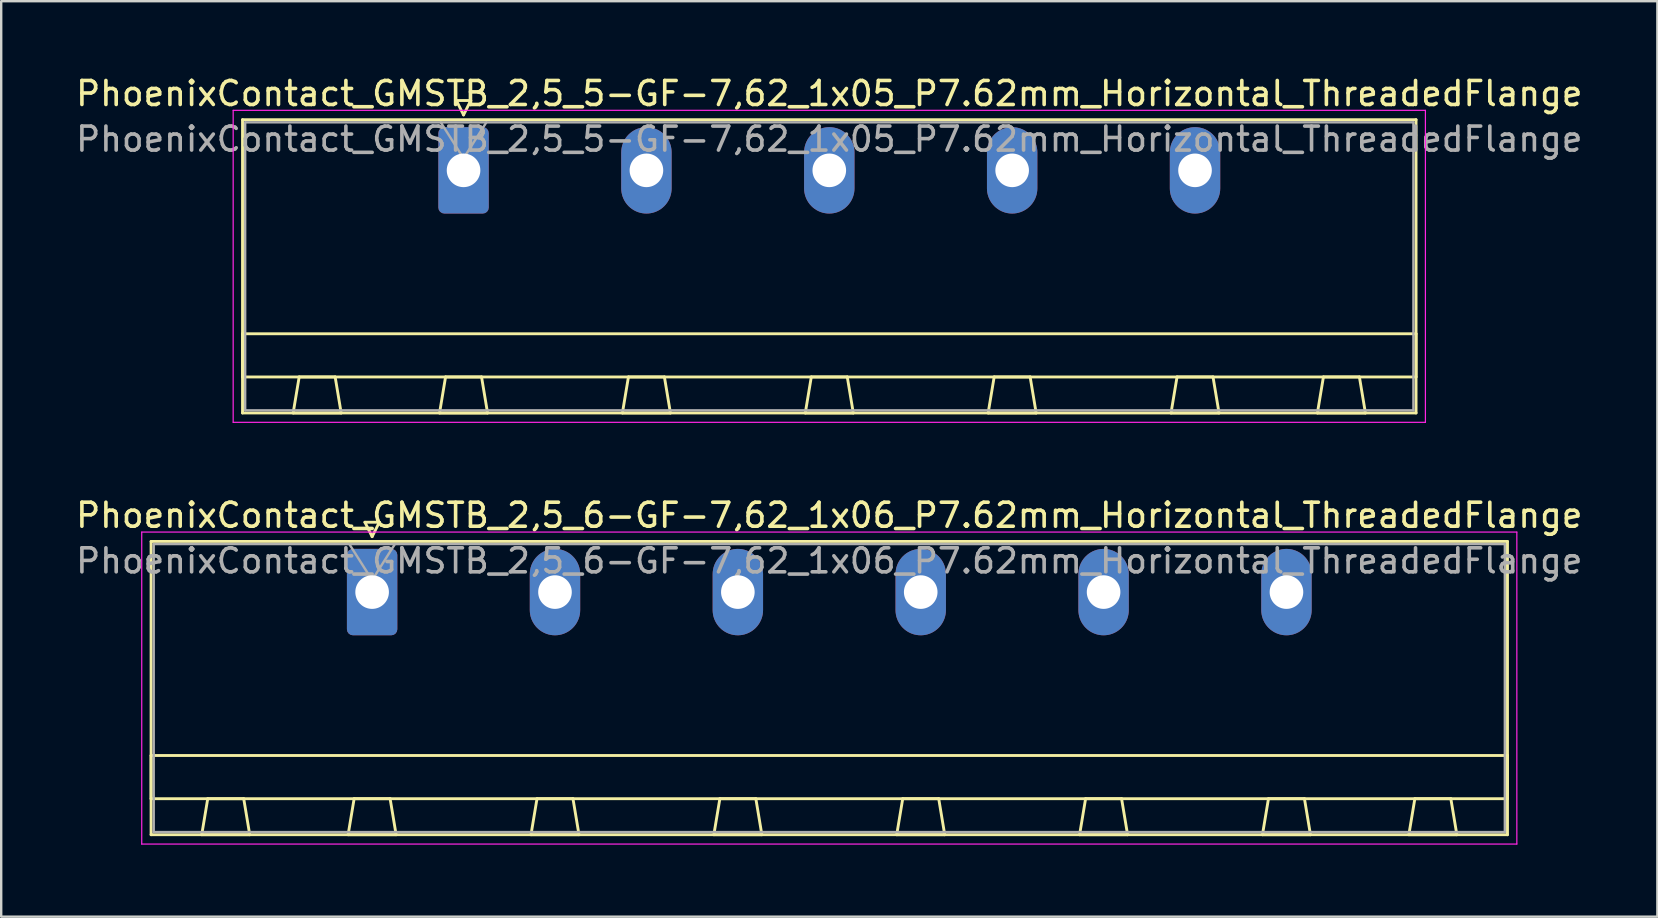
<source format=kicad_pcb>
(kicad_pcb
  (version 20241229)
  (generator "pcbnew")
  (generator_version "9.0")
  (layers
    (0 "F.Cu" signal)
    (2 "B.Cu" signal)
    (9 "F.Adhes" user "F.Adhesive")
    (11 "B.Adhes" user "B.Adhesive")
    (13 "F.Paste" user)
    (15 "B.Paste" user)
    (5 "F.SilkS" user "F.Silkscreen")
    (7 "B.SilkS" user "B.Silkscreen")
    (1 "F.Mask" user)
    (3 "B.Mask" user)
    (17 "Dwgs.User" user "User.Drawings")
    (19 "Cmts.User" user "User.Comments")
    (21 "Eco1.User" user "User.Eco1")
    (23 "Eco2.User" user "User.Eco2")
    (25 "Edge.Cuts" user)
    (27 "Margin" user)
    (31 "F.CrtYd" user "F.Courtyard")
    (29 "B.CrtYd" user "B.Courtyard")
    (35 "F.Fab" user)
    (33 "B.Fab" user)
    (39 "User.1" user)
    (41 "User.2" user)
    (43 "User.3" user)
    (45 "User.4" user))
  (footprint "PhoenixContact_GMSTB_2,5_6-GF-7,62_1x06_P7.62mm_Horizontal_ThreadedFlange"
    (layer "F.Cu")
    (at 12.456 21.622)
    (property "Reference" "PhoenixContact_GMSTB_2,5_6-GF-7,62_1x06_P7.62mm_Horizontal_ThreadedFlange" (at 19.05 -3.2 0) (layer "F.SilkS") (effects (font (size 1 1) (thickness 0.15))))
    (attr through_hole)
    (fp_line (start -9.21 -2.11) (end -9.21 10.11) (stroke (width 0.12) (type solid)) (layer "F.SilkS"))
    (fp_line (start -9.21 6.81) (end 47.31 6.81) (stroke (width 0.12) (type solid)) (layer "F.SilkS"))
    (fp_line (start -9.21 8.61) (end -9.21 6.81) (stroke (width 0.12) (type solid)) (layer "F.SilkS"))
    (fp_line (start -9.21 10.11) (end 47.31 10.11) (stroke (width 0.12) (type solid)) (layer "F.SilkS"))
    (fp_line (start -7.1 10.11) (end -5.1 10.11) (stroke (width 0.12) (type solid)) (layer "F.SilkS"))
    (fp_line (start -6.85 8.61) (end -7.1 10.11) (stroke (width 0.12) (type solid)) (layer "F.SilkS"))
    (fp_line (start -5.35 8.61) (end -6.85 8.61) (stroke (width 0.12) (type solid)) (layer "F.SilkS"))
    (fp_line (start -5.1 10.11) (end -5.35 8.61) (stroke (width 0.12) (type solid)) (layer "F.SilkS"))
    (fp_line (start -1 10.11) (end 1 10.11) (stroke (width 0.12) (type solid)) (layer "F.SilkS"))
    (fp_line (start -0.75 8.61) (end -1 10.11) (stroke (width 0.12) (type solid)) (layer "F.SilkS"))
    (fp_line (start -0.3 -2.91) (end 0.3 -2.91) (stroke (width 0.12) (type solid)) (layer "F.SilkS"))
    (fp_line (start 0 -2.31) (end -0.3 -2.91) (stroke (width 0.12) (type solid)) (layer "F.SilkS"))
    (fp_line (start 0.3 -2.91) (end 0 -2.31) (stroke (width 0.12) (type solid)) (layer "F.SilkS"))
    (fp_line (start 0.75 8.61) (end -0.75 8.61) (stroke (width 0.12) (type solid)) (layer "F.SilkS"))
    (fp_line (start 1 10.11) (end 0.75 8.61) (stroke (width 0.12) (type solid)) (layer "F.SilkS"))
    (fp_line (start 6.62 10.11) (end 8.62 10.11) (stroke (width 0.12) (type solid)) (layer "F.SilkS"))
    (fp_line (start 6.87 8.61) (end 6.62 10.11) (stroke (width 0.12) (type solid)) (layer "F.SilkS"))
    (fp_line (start 8.37 8.61) (end 6.87 8.61) (stroke (width 0.12) (type solid)) (layer "F.SilkS"))
    (fp_line (start 8.62 10.11) (end 8.37 8.61) (stroke (width 0.12) (type solid)) (layer "F.SilkS"))
    (fp_line (start 14.24 10.11) (end 16.24 10.11) (stroke (width 0.12) (type solid)) (layer "F.SilkS"))
    (fp_line (start 14.49 8.61) (end 14.24 10.11) (stroke (width 0.12) (type solid)) (layer "F.SilkS"))
    (fp_line (start 15.99 8.61) (end 14.49 8.61) (stroke (width 0.12) (type solid)) (layer "F.SilkS"))
    (fp_line (start 16.24 10.11) (end 15.99 8.61) (stroke (width 0.12) (type solid)) (layer "F.SilkS"))
    (fp_line (start 21.86 10.11) (end 23.86 10.11) (stroke (width 0.12) (type solid)) (layer "F.SilkS"))
    (fp_line (start 22.11 8.61) (end 21.86 10.11) (stroke (width 0.12) (type solid)) (layer "F.SilkS"))
    (fp_line (start 23.61 8.61) (end 22.11 8.61) (stroke (width 0.12) (type solid)) (layer "F.SilkS"))
    (fp_line (start 23.86 10.11) (end 23.61 8.61) (stroke (width 0.12) (type solid)) (layer "F.SilkS"))
    (fp_line (start 29.48 10.11) (end 31.48 10.11) (stroke (width 0.12) (type solid)) (layer "F.SilkS"))
    (fp_line (start 29.73 8.61) (end 29.48 10.11) (stroke (width 0.12) (type solid)) (layer "F.SilkS"))
    (fp_line (start 31.23 8.61) (end 29.73 8.61) (stroke (width 0.12) (type solid)) (layer "F.SilkS"))
    (fp_line (start 31.48 10.11) (end 31.23 8.61) (stroke (width 0.12) (type solid)) (layer "F.SilkS"))
    (fp_line (start 37.1 10.11) (end 39.1 10.11) (stroke (width 0.12) (type solid)) (layer "F.SilkS"))
    (fp_line (start 37.35 8.61) (end 37.1 10.11) (stroke (width 0.12) (type solid)) (layer "F.SilkS"))
    (fp_line (start 38.85 8.61) (end 37.35 8.61) (stroke (width 0.12) (type solid)) (layer "F.SilkS"))
    (fp_line (start 39.1 10.11) (end 38.85 8.61) (stroke (width 0.12) (type solid)) (layer "F.SilkS"))
    (fp_line (start 43.2 10.11) (end 45.2 10.11) (stroke (width 0.12) (type solid)) (layer "F.SilkS"))
    (fp_line (start 43.45 8.61) (end 43.2 10.11) (stroke (width 0.12) (type solid)) (layer "F.SilkS"))
    (fp_line (start 44.95 8.61) (end 43.45 8.61) (stroke (width 0.12) (type solid)) (layer "F.SilkS"))
    (fp_line (start 45.2 10.11) (end 44.95 8.61) (stroke (width 0.12) (type solid)) (layer "F.SilkS"))
    (fp_line (start 47.31 -2.11) (end -9.21 -2.11) (stroke (width 0.12) (type solid)) (layer "F.SilkS"))
    (fp_line (start 47.31 6.81) (end 47.31 8.61) (stroke (width 0.12) (type solid)) (layer "F.SilkS"))
    (fp_line (start 47.31 8.61) (end -9.21 8.61) (stroke (width 0.12) (type solid)) (layer "F.SilkS"))
    (fp_line (start 47.31 10.11) (end 47.31 -2.11) (stroke (width 0.12) (type solid)) (layer "F.SilkS"))
    (fp_line (start -9.6 -2.5) (end -9.6 10.5) (stroke (width 0.05) (type solid)) (layer "F.CrtYd"))
    (fp_line (start -9.6 10.5) (end 47.7 10.5) (stroke (width 0.05) (type solid)) (layer "F.CrtYd"))
    (fp_line (start 47.7 -2.5) (end -9.6 -2.5) (stroke (width 0.05) (type solid)) (layer "F.CrtYd"))
    (fp_line (start 47.7 10.5) (end 47.7 -2.5) (stroke (width 0.05) (type solid)) (layer "F.CrtYd"))
    (fp_line (start -9.1 -2) (end -9.1 10) (stroke (width 0.1) (type solid)) (layer "F.Fab"))
    (fp_line (start -9.1 10) (end 47.2 10) (stroke (width 0.1) (type solid)) (layer "F.Fab"))
    (fp_line (start 0 -0.5) (end -0.95 -2) (stroke (width 0.1) (type solid)) (layer "F.Fab"))
    (fp_line (start 0.95 -2) (end 0 -0.5) (stroke (width 0.1) (type solid)) (layer "F.Fab"))
    (fp_line (start 47.2 -2) (end -9.1 -2) (stroke (width 0.1) (type solid)) (layer "F.Fab"))
    (fp_line (start 47.2 10) (end 47.2 -2) (stroke (width 0.1) (type solid)) (layer "F.Fab"))
    (fp_text user "${REFERENCE}" (at 19.05 -1.3 0) (layer "F.Fab") (effects (font (size 1 1) (thickness 0.15))))
    (pad "1" thru_hole roundrect (at 0 0) (size 2.1 3.6) (drill 1.4) (layers "*.Cu" "*.Mask") (roundrect_rratio 0.119))
    (pad "2" thru_hole oval (at 7.62 0) (size 2.1 3.6) (drill 1.4) (layers "*.Cu" "*.Mask"))
    (pad "3" thru_hole oval (at 15.24 0) (size 2.1 3.6) (drill 1.4) (layers "*.Cu" "*.Mask"))
    (pad "4" thru_hole oval (at 22.86 0) (size 2.1 3.6) (drill 1.4) (layers "*.Cu" "*.Mask"))
    (pad "5" thru_hole oval (at 30.48 0) (size 2.1 3.6) (drill 1.4) (layers "*.Cu" "*.Mask"))
    (pad "6" thru_hole oval (at 38.1 0) (size 2.1 3.6) (drill 1.4) (layers "*.Cu" "*.Mask")))
  (footprint "PhoenixContact_GMSTB_2,5_5-GF-7,62_1x05_P7.62mm_Horizontal_ThreadedFlange"
    (layer "F.Cu")
    (at 16.266 4.048)
    (property "Reference" "PhoenixContact_GMSTB_2,5_5-GF-7,62_1x05_P7.62mm_Horizontal_ThreadedFlange" (at 15.24 -3.2 0) (layer "F.SilkS") (effects (font (size 1 1) (thickness 0.15))))
    (attr through_hole)
    (fp_line (start -9.21 -2.11) (end -9.21 10.11) (stroke (width 0.12) (type solid)) (layer "F.SilkS"))
    (fp_line (start -9.21 6.81) (end 39.69 6.81) (stroke (width 0.12) (type solid)) (layer "F.SilkS"))
    (fp_line (start -9.21 8.61) (end -9.21 6.81) (stroke (width 0.12) (type solid)) (layer "F.SilkS"))
    (fp_line (start -9.21 10.11) (end 39.69 10.11) (stroke (width 0.12) (type solid)) (layer "F.SilkS"))
    (fp_line (start -7.1 10.11) (end -5.1 10.11) (stroke (width 0.12) (type solid)) (layer "F.SilkS"))
    (fp_line (start -6.85 8.61) (end -7.1 10.11) (stroke (width 0.12) (type solid)) (layer "F.SilkS"))
    (fp_line (start -5.35 8.61) (end -6.85 8.61) (stroke (width 0.12) (type solid)) (layer "F.SilkS"))
    (fp_line (start -5.1 10.11) (end -5.35 8.61) (stroke (width 0.12) (type solid)) (layer "F.SilkS"))
    (fp_line (start -1 10.11) (end 1 10.11) (stroke (width 0.12) (type solid)) (layer "F.SilkS"))
    (fp_line (start -0.75 8.61) (end -1 10.11) (stroke (width 0.12) (type solid)) (layer "F.SilkS"))
    (fp_line (start -0.3 -2.91) (end 0.3 -2.91) (stroke (width 0.12) (type solid)) (layer "F.SilkS"))
    (fp_line (start 0 -2.31) (end -0.3 -2.91) (stroke (width 0.12) (type solid)) (layer "F.SilkS"))
    (fp_line (start 0.3 -2.91) (end 0 -2.31) (stroke (width 0.12) (type solid)) (layer "F.SilkS"))
    (fp_line (start 0.75 8.61) (end -0.75 8.61) (stroke (width 0.12) (type solid)) (layer "F.SilkS"))
    (fp_line (start 1 10.11) (end 0.75 8.61) (stroke (width 0.12) (type solid)) (layer "F.SilkS"))
    (fp_line (start 6.62 10.11) (end 8.62 10.11) (stroke (width 0.12) (type solid)) (layer "F.SilkS"))
    (fp_line (start 6.87 8.61) (end 6.62 10.11) (stroke (width 0.12) (type solid)) (layer "F.SilkS"))
    (fp_line (start 8.37 8.61) (end 6.87 8.61) (stroke (width 0.12) (type solid)) (layer "F.SilkS"))
    (fp_line (start 8.62 10.11) (end 8.37 8.61) (stroke (width 0.12) (type solid)) (layer "F.SilkS"))
    (fp_line (start 14.24 10.11) (end 16.24 10.11) (stroke (width 0.12) (type solid)) (layer "F.SilkS"))
    (fp_line (start 14.49 8.61) (end 14.24 10.11) (stroke (width 0.12) (type solid)) (layer "F.SilkS"))
    (fp_line (start 15.99 8.61) (end 14.49 8.61) (stroke (width 0.12) (type solid)) (layer "F.SilkS"))
    (fp_line (start 16.24 10.11) (end 15.99 8.61) (stroke (width 0.12) (type solid)) (layer "F.SilkS"))
    (fp_line (start 21.86 10.11) (end 23.86 10.11) (stroke (width 0.12) (type solid)) (layer "F.SilkS"))
    (fp_line (start 22.11 8.61) (end 21.86 10.11) (stroke (width 0.12) (type solid)) (layer "F.SilkS"))
    (fp_line (start 23.61 8.61) (end 22.11 8.61) (stroke (width 0.12) (type solid)) (layer "F.SilkS"))
    (fp_line (start 23.86 10.11) (end 23.61 8.61) (stroke (width 0.12) (type solid)) (layer "F.SilkS"))
    (fp_line (start 29.48 10.11) (end 31.48 10.11) (stroke (width 0.12) (type solid)) (layer "F.SilkS"))
    (fp_line (start 29.73 8.61) (end 29.48 10.11) (stroke (width 0.12) (type solid)) (layer "F.SilkS"))
    (fp_line (start 31.23 8.61) (end 29.73 8.61) (stroke (width 0.12) (type solid)) (layer "F.SilkS"))
    (fp_line (start 31.48 10.11) (end 31.23 8.61) (stroke (width 0.12) (type solid)) (layer "F.SilkS"))
    (fp_line (start 35.58 10.11) (end 37.58 10.11) (stroke (width 0.12) (type solid)) (layer "F.SilkS"))
    (fp_line (start 35.83 8.61) (end 35.58 10.11) (stroke (width 0.12) (type solid)) (layer "F.SilkS"))
    (fp_line (start 37.33 8.61) (end 35.83 8.61) (stroke (width 0.12) (type solid)) (layer "F.SilkS"))
    (fp_line (start 37.58 10.11) (end 37.33 8.61) (stroke (width 0.12) (type solid)) (layer "F.SilkS"))
    (fp_line (start 39.69 -2.11) (end -9.21 -2.11) (stroke (width 0.12) (type solid)) (layer "F.SilkS"))
    (fp_line (start 39.69 6.81) (end 39.69 8.61) (stroke (width 0.12) (type solid)) (layer "F.SilkS"))
    (fp_line (start 39.69 8.61) (end -9.21 8.61) (stroke (width 0.12) (type solid)) (layer "F.SilkS"))
    (fp_line (start 39.69 10.11) (end 39.69 -2.11) (stroke (width 0.12) (type solid)) (layer "F.SilkS"))
    (fp_line (start -9.6 -2.5) (end -9.6 10.5) (stroke (width 0.05) (type solid)) (layer "F.CrtYd"))
    (fp_line (start -9.6 10.5) (end 40.08 10.5) (stroke (width 0.05) (type solid)) (layer "F.CrtYd"))
    (fp_line (start 40.08 -2.5) (end -9.6 -2.5) (stroke (width 0.05) (type solid)) (layer "F.CrtYd"))
    (fp_line (start 40.08 10.5) (end 40.08 -2.5) (stroke (width 0.05) (type solid)) (layer "F.CrtYd"))
    (fp_line (start -9.1 -2) (end -9.1 10) (stroke (width 0.1) (type solid)) (layer "F.Fab"))
    (fp_line (start -9.1 10) (end 39.58 10) (stroke (width 0.1) (type solid)) (layer "F.Fab"))
    (fp_line (start 0 -0.5) (end -0.95 -2) (stroke (width 0.1) (type solid)) (layer "F.Fab"))
    (fp_line (start 0.95 -2) (end 0 -0.5) (stroke (width 0.1) (type solid)) (layer "F.Fab"))
    (fp_line (start 39.58 -2) (end -9.1 -2) (stroke (width 0.1) (type solid)) (layer "F.Fab"))
    (fp_line (start 39.58 10) (end 39.58 -2) (stroke (width 0.1) (type solid)) (layer "F.Fab"))
    (fp_text user "${REFERENCE}" (at 15.24 -1.3 0) (layer "F.Fab") (effects (font (size 1 1) (thickness 0.15))))
    (pad "1" thru_hole roundrect (at 0 0) (size 2.1 3.6) (drill 1.4) (layers "*.Cu" "*.Mask") (roundrect_rratio 0.119))
    (pad "2" thru_hole oval (at 7.62 0) (size 2.1 3.6) (drill 1.4) (layers "*.Cu" "*.Mask"))
    (pad "3" thru_hole oval (at 15.24 0) (size 2.1 3.6) (drill 1.4) (layers "*.Cu" "*.Mask"))
    (pad "4" thru_hole oval (at 22.86 0) (size 2.1 3.6) (drill 1.4) (layers "*.Cu" "*.Mask"))
    (pad "5" thru_hole oval (at 30.48 0) (size 2.1 3.6) (drill 1.4) (layers "*.Cu" "*.Mask")))
  (gr_rect
    (start -3 -3)
    (end 66.012 35.147)
    (stroke (width 0.1) (type default))
    (fill no)
    (layer "Edge.Cuts")))
</source>
